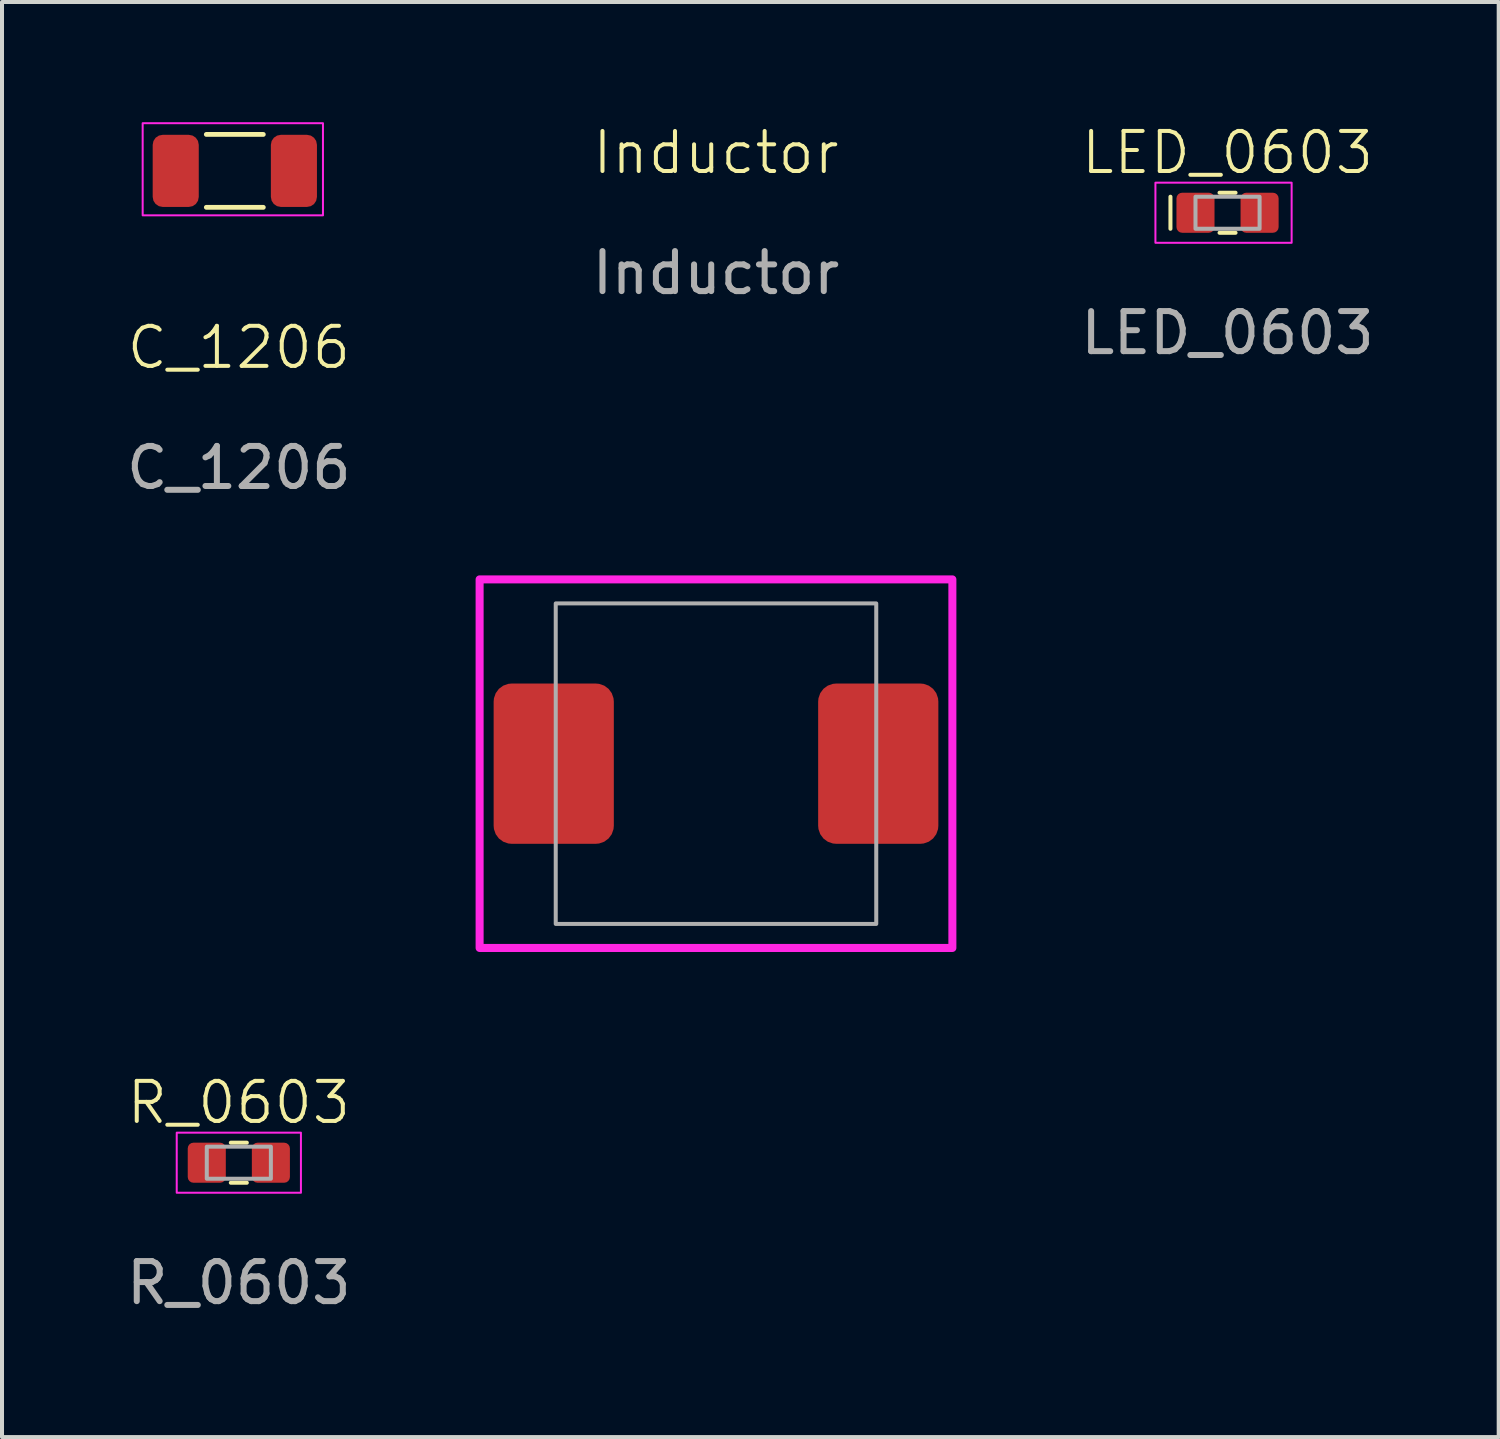
<source format=kicad_pcb>
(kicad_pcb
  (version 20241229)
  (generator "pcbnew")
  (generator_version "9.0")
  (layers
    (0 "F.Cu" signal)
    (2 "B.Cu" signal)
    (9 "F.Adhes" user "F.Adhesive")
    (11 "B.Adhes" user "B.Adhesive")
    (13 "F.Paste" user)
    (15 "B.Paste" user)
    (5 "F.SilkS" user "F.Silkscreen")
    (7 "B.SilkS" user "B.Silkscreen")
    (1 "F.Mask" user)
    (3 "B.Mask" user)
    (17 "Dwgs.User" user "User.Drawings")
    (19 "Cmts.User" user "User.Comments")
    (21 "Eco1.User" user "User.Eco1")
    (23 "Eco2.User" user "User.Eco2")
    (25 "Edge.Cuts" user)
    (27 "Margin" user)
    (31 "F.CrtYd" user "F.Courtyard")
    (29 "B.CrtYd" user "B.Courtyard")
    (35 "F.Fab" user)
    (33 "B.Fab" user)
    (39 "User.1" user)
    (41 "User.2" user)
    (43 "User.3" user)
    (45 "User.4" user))
  (footprint "LED_0603"
    (layer "F.Cu")
    (at 27.589 2.26)
    (property "Reference" "LED_0603" (at 0 -1.5 0) (unlocked yes) (layer "F.SilkS") (effects (font (size 1 1) (thickness 0.1))))
    (attr smd)
    (fp_line (start -1.425 -0.4) (end -1.425 0.4) (stroke (width 0.1) (type solid)) (layer "F.SilkS"))
    (fp_line (start -0.2 -0.5) (end 0.2 -0.5) (stroke (width 0.1) (type default)) (layer "F.SilkS"))
    (fp_line (start -0.2 0.5) (end 0.2 0.5) (stroke (width 0.1) (type default)) (layer "F.SilkS"))
    (fp_rect (start -1.8 -0.75) (end 1.6 0.75) (stroke (width 0.05) (type solid)) (fill no) (layer "F.CrtYd"))
    (fp_rect (start -0.8 -0.4) (end 0.8 0.4) (stroke (width 0.1) (type solid)) (fill no) (layer "F.Fab"))
    (fp_text user "${REFERENCE}" (at 0 3 0) (unlocked yes) (layer "F.Fab") (effects (font (size 1 1) (thickness 0.15))))
    (pad "1" smd roundrect (at -0.8 0) (size 0.95 1) (layers "F.Cu" "F.Mask" "F.Paste") (roundrect_rratio 0.15))
    (pad "2" smd roundrect (at 0.8 0) (size 0.95 1) (layers "F.Cu" "F.Mask" "F.Paste") (roundrect_rratio 0.15)))
  (footprint "R_0603"
    (layer "F.Cu")
    (at 2.911 25.971)
    (property "Reference" "R_0603" (at 0 -1.5 0) (unlocked yes) (layer "F.SilkS") (effects (font (size 1 1) (thickness 0.1))))
    (attr smd)
    (fp_line (start -0.2 -0.5) (end 0.2 -0.5) (stroke (width 0.1) (type default)) (layer "F.SilkS"))
    (fp_line (start -0.2 0.5) (end 0.2 0.5) (stroke (width 0.1) (type default)) (layer "F.SilkS"))
    (fp_rect (start -1.55 -0.75) (end 1.55 0.75) (stroke (width 0.05) (type solid)) (fill no) (layer "F.CrtYd"))
    (fp_rect (start -0.8 -0.4) (end 0.8 0.4) (stroke (width 0.1) (type solid)) (fill no) (layer "F.Fab"))
    (fp_text user "${REFERENCE}" (at 0 3 0) (unlocked yes) (layer "F.Fab") (effects (font (size 1 1) (thickness 0.15))))
    (pad "1" smd roundrect (at -0.8 0) (size 0.95 1) (layers "F.Cu" "F.Mask" "F.Paste") (roundrect_rratio 0.15))
    (pad "2" smd roundrect (at 0.8 0) (size 0.95 1) (layers "F.Cu" "F.Mask" "F.Paste") (roundrect_rratio 0.15)))
  (footprint "C_1206"
    (layer "F.Cu")
    (at 2.811 1.425)
    (property "Reference" "C_1206" (at 0.1 4.2 0) (unlocked yes) (layer "F.SilkS") (effects (font (size 1 1) (thickness 0.1))))
    (attr through_hole)
    (fp_line (start -0.711 -1.12) (end 0.711 -1.12) (stroke (width 0.12) (type solid)) (layer "F.SilkS"))
    (fp_line (start -0.711 0.7) (end 0.711 0.7) (stroke (width 0.12) (type solid)) (layer "F.SilkS"))
    (fp_rect (start -2.3 -1.4) (end 2.2 0.9) (stroke (width 0.05) (type default)) (fill no) (layer "F.CrtYd"))
    (fp_text user "${REFERENCE}" (at 0.1 7.2 0) (unlocked yes) (layer "F.Fab") (effects (font (size 1 1) (thickness 0.15))))
    (pad "1" smd roundrect (at -1.475 -0.21) (size 1.15 1.8) (layers "F.Cu" "F.Mask" "F.Paste") (roundrect_rratio 0.217))
    (pad "2" smd roundrect (at 1.475 -0.21) (size 1.15 1.8) (layers "F.Cu" "F.Mask" "F.Paste") (roundrect_rratio 0.217)))
  (footprint "Inductor"
    (layer "F.Cu")
    (at 14.821 16.011)
    (property "Reference" "Inductor" (at 0 -15.25 0) (unlocked yes) (layer "F.SilkS") (effects (font (size 1 1) (thickness 0.1))))
    (attr through_hole)
    (fp_rect (start -5.9 -4.6) (end 5.9 4.6) (stroke (width 0.2) (type solid)) (fill no) (layer "F.CrtYd"))
    (fp_rect (start -4 -4) (end 4 4) (stroke (width 0.1) (type solid)) (fill no) (layer "F.Fab"))
    (fp_text user "${REFERENCE}" (at 0 -12.25 0) (unlocked yes) (layer "F.Fab") (effects (font (size 1 1) (thickness 0.15))))
    (pad "1" smd roundrect (at -4.05 0) (size 3 4) (layers "F.Cu" "F.Mask" "F.Paste") (roundrect_rratio 0.15))
    (pad "2" smd roundrect (at 4.05 0) (size 3 4) (layers "F.Cu" "F.Mask" "F.Paste") (roundrect_rratio 0.15)))
  (gr_rect
    (start -3 -3)
    (end 34.357 32.819)
    (stroke (width 0.1) (type default))
    (fill no)
    (layer "Edge.Cuts")))
</source>
